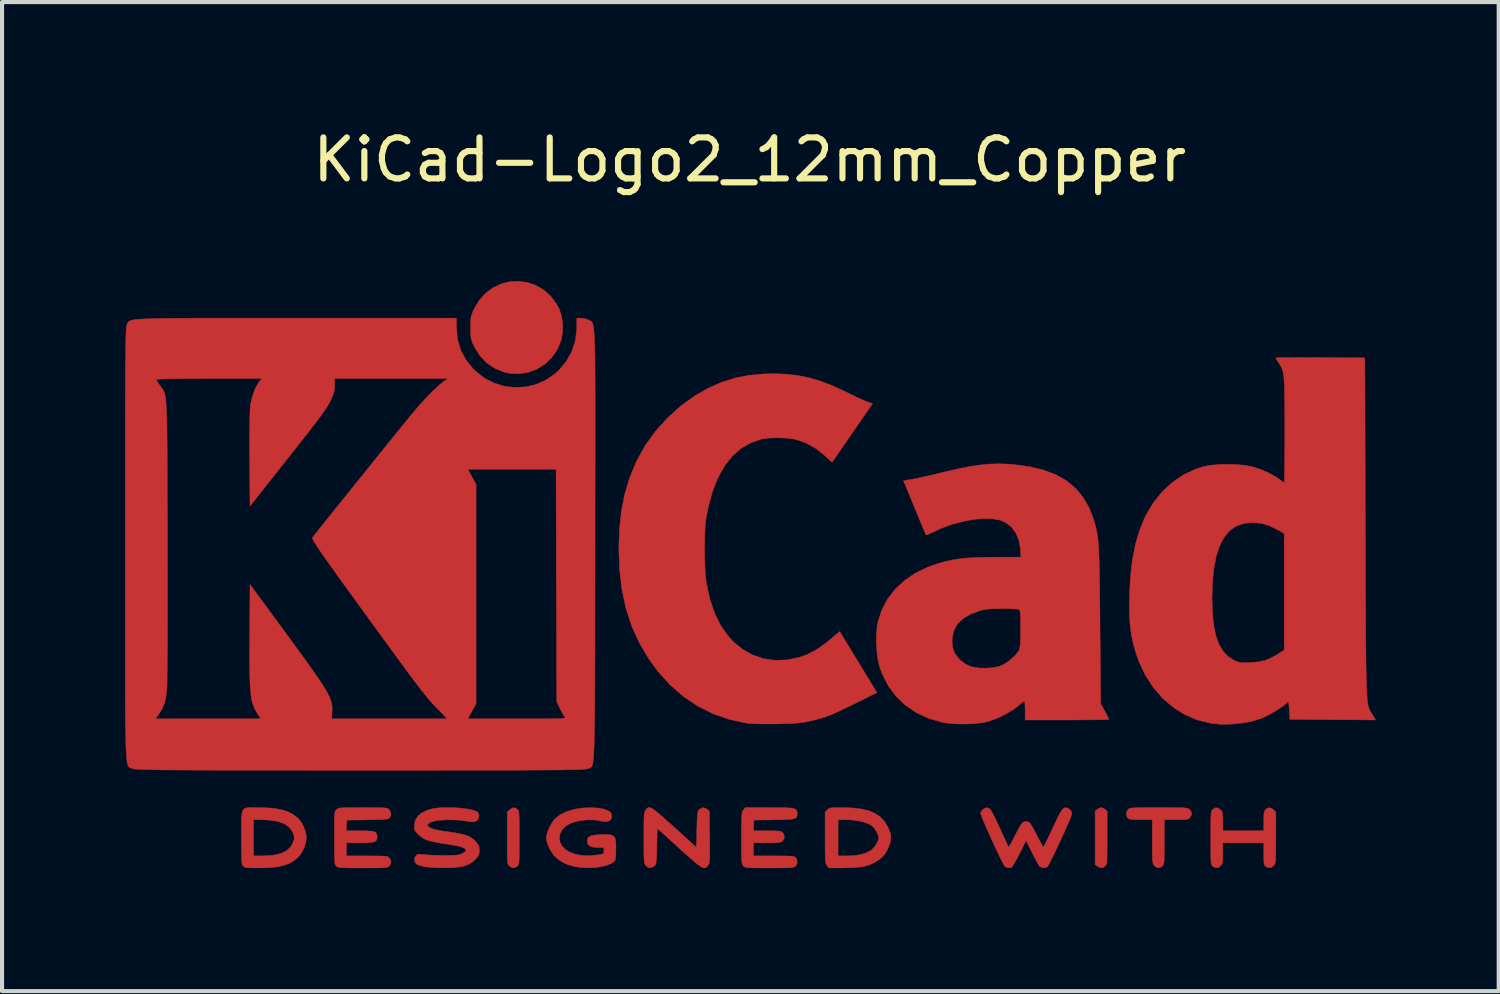
<source format=kicad_pcb>
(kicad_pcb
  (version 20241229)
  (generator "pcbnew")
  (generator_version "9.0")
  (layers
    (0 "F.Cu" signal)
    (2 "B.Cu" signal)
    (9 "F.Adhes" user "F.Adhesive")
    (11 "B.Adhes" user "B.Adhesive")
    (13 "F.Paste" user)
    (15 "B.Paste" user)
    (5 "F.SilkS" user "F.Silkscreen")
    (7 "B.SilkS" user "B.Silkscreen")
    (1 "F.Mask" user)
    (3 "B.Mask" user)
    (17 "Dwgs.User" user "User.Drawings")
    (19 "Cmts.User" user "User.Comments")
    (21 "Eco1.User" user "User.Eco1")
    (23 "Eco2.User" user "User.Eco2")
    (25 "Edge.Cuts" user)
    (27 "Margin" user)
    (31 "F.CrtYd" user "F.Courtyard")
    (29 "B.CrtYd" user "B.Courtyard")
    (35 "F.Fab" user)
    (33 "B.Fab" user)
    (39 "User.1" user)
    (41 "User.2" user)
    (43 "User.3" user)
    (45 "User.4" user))
  (footprint "KiCad-Logo2_12mm_Copper"
    (layer "F.Cu")
    (at 15.245 9.738)
    (property "Reference" "KiCad-Logo2_12mm_Copper" (at 0 -8.89 0) (layer "F.SilkS") (effects (font (size 1 1) (thickness 0.15))))
    (attr exclude_from_pos_files exclude_from_bom)
    (fp_poly (pts (xy 8.62 6.931) (xy 8.667 6.96) (xy 8.721 7.004) (xy 8.721 7.65) (xy 8.721 7.839) (xy 8.72 7.988) (xy 8.718 8.102) (xy 8.715 8.186) (xy 8.711 8.246) (xy 8.705 8.288) (xy 8.696 8.315) (xy 8.685 8.334) (xy 8.678 8.343) (xy 8.614 8.385) (xy 8.543 8.383) (xy 8.48 8.348) (xy 8.426 8.305) (xy 8.426 7.004) (xy 8.48 6.96) (xy 8.531 6.929) (xy 8.573 6.917) (xy 8.62 6.931)) (stroke (width 0.01) (type solid)) (fill yes) (layer "F.Cu"))
    (fp_poly (pts (xy -5.669 6.962) (xy -5.656 6.978) (xy -5.645 6.997) (xy -5.637 7.027) (xy -5.632 7.071) (xy -5.628 7.135) (xy -5.625 7.225) (xy -5.624 7.346) (xy -5.623 7.502) (xy -5.623 7.654) (xy -5.624 7.843) (xy -5.624 7.991) (xy -5.626 8.105) (xy -5.628 8.189) (xy -5.633 8.248) (xy -5.639 8.289) (xy -5.647 8.316) (xy -5.658 8.334) (xy -5.669 8.346) (xy -5.735 8.385) (xy -5.806 8.382) (xy -5.869 8.339) (xy -5.883 8.322) (xy -5.895 8.302) (xy -5.903 8.275) (xy -5.91 8.234) (xy -5.914 8.174) (xy -5.916 8.089) (xy -5.918 7.975) (xy -5.918 7.826) (xy -5.918 7.657) (xy -5.918 7.028) (xy -5.863 6.973) (xy -5.794 6.926) (xy -5.727 6.924) (xy -5.669 6.962)) (stroke (width 0.01) (type solid)) (fill yes) (layer "F.Cu"))
    (fp_poly (pts (xy -5.423 -5.895) (xy -5.218 -5.824) (xy -5.027 -5.712) (xy -4.856 -5.559) (xy -4.712 -5.366) (xy -4.648 -5.244) (xy -4.592 -5.073) (xy -4.565 -4.876) (xy -4.568 -4.674) (xy -4.601 -4.49) (xy -4.692 -4.266) (xy -4.824 -4.072) (xy -4.991 -3.911) (xy -5.185 -3.787) (xy -5.399 -3.705) (xy -5.628 -3.667) (xy -5.865 -3.679) (xy -5.981 -3.704) (xy -6.208 -3.792) (xy -6.41 -3.927) (xy -6.582 -4.104) (xy -6.718 -4.319) (xy -6.729 -4.343) (xy -6.769 -4.431) (xy -6.794 -4.505) (xy -6.808 -4.583) (xy -6.813 -4.684) (xy -6.814 -4.793) (xy -6.813 -4.925) (xy -6.806 -5.019) (xy -6.79 -5.096) (xy -6.762 -5.173) (xy -6.728 -5.249) (xy -6.599 -5.464) (xy -6.441 -5.638) (xy -6.259 -5.771) (xy -6.06 -5.863) (xy -5.85 -5.915) (xy -5.636 -5.925) (xy -5.423 -5.895)) (stroke (width 0.01) (type solid)) (fill yes) (layer "F.Cu"))
    (fp_poly (pts (xy 10.175 6.917) (xy 10.334 6.918) (xy 10.456 6.92) (xy 10.549 6.922) (xy 10.616 6.926) (xy 10.662 6.932) (xy 10.693 6.94) (xy 10.713 6.949) (xy 10.723 6.957) (xy 10.775 7.022) (xy 10.781 7.09) (xy 10.749 7.152) (xy 10.728 7.176) (xy 10.706 7.193) (xy 10.674 7.204) (xy 10.623 7.209) (xy 10.545 7.211) (xy 10.431 7.212) (xy 10.409 7.212) (xy 10.116 7.212) (xy 10.116 7.756) (xy 10.115 7.928) (xy 10.114 8.06) (xy 10.112 8.158) (xy 10.109 8.228) (xy 10.103 8.277) (xy 10.095 8.308) (xy 10.084 8.33) (xy 10.07 8.346) (xy 10.004 8.386) (xy 9.935 8.383) (xy 9.872 8.337) (xy 9.868 8.331) (xy 9.853 8.31) (xy 9.841 8.285) (xy 9.833 8.251) (xy 9.827 8.2) (xy 9.824 8.128) (xy 9.822 8.028) (xy 9.821 7.894) (xy 9.821 7.742) (xy 9.821 7.212) (xy 9.541 7.212) (xy 9.421 7.211) (xy 9.337 7.208) (xy 9.283 7.201) (xy 9.249 7.19) (xy 9.226 7.173) (xy 9.223 7.17) (xy 9.19 7.104) (xy 9.193 7.028) (xy 9.231 6.962) (xy 9.246 6.95) (xy 9.265 6.94) (xy 9.293 6.932) (xy 9.335 6.926) (xy 9.397 6.922) (xy 9.483 6.919) (xy 9.598 6.918) (xy 9.748 6.917) (xy 9.937 6.917) (xy 9.977 6.917) (xy 10.175 6.917)) (stroke (width 0.01) (type solid)) (fill yes) (layer "F.Cu"))
    (fp_poly (pts (xy 12.718 6.928) (xy 12.781 6.973) (xy 12.837 7.028) (xy 12.837 7.65) (xy 12.837 7.835) (xy 12.836 7.979) (xy 12.835 8.09) (xy 12.832 8.171) (xy 12.827 8.229) (xy 12.82 8.27) (xy 12.811 8.298) (xy 12.799 8.319) (xy 12.79 8.331) (xy 12.728 8.381) (xy 12.657 8.386) (xy 12.593 8.356) (xy 12.571 8.338) (xy 12.557 8.314) (xy 12.548 8.276) (xy 12.544 8.215) (xy 12.542 8.122) (xy 12.542 8.05) (xy 12.542 7.779) (xy 11.544 7.779) (xy 11.544 8.025) (xy 11.543 8.138) (xy 11.539 8.215) (xy 11.53 8.268) (xy 11.515 8.305) (xy 11.497 8.331) (xy 11.435 8.381) (xy 11.365 8.387) (xy 11.298 8.352) (xy 11.279 8.333) (xy 11.266 8.309) (xy 11.258 8.271) (xy 11.253 8.212) (xy 11.25 8.124) (xy 11.249 8) (xy 11.249 7.972) (xy 11.248 7.738) (xy 11.247 7.545) (xy 11.248 7.389) (xy 11.249 7.266) (xy 11.251 7.171) (xy 11.254 7.101) (xy 11.259 7.05) (xy 11.265 7.015) (xy 11.273 6.991) (xy 11.284 6.975) (xy 11.295 6.962) (xy 11.359 6.923) (xy 11.426 6.928) (xy 11.489 6.973) (xy 11.514 7.002) (xy 11.53 7.033) (xy 11.539 7.079) (xy 11.543 7.148) (xy 11.544 7.252) (xy 11.544 7.256) (xy 11.544 7.484) (xy 12.542 7.484) (xy 12.542 7.246) (xy 12.543 7.136) (xy 12.547 7.062) (xy 12.556 7.014) (xy 12.571 6.982) (xy 12.588 6.962) (xy 12.652 6.923) (xy 12.718 6.928)) (stroke (width 0.01) (type solid)) (fill yes) (layer "F.Cu"))
    (fp_poly (pts (xy 2.251 6.918) (xy 2.51 6.926) (xy 2.73 6.953) (xy 2.916 6.999) (xy 3.069 7.066) (xy 3.195 7.155) (xy 3.297 7.269) (xy 3.378 7.408) (xy 3.38 7.412) (xy 3.429 7.537) (xy 3.446 7.647) (xy 3.432 7.758) (xy 3.386 7.885) (xy 3.378 7.905) (xy 3.319 8.018) (xy 3.253 8.105) (xy 3.168 8.179) (xy 3.052 8.253) (xy 3.045 8.257) (xy 2.944 8.306) (xy 2.83 8.342) (xy 2.695 8.367) (xy 2.532 8.383) (xy 2.335 8.389) (xy 2.265 8.39) (xy 1.932 8.391) (xy 1.885 8.331) (xy 1.871 8.312) (xy 1.86 8.289) (xy 1.852 8.257) (xy 1.846 8.211) (xy 1.842 8.145) (xy 1.841 8.096) (xy 2.155 8.096) (xy 2.344 8.096) (xy 2.454 8.093) (xy 2.568 8.085) (xy 2.661 8.073) (xy 2.666 8.072) (xy 2.831 8.027) (xy 2.959 7.961) (xy 3.055 7.869) (xy 3.121 7.749) (xy 3.132 7.717) (xy 3.144 7.667) (xy 3.139 7.618) (xy 3.115 7.553) (xy 3.101 7.521) (xy 3.054 7.435) (xy 2.997 7.375) (xy 2.935 7.334) (xy 2.811 7.28) (xy 2.651 7.24) (xy 2.466 7.218) (xy 2.331 7.213) (xy 2.155 7.212) (xy 2.155 8.096) (xy 1.841 8.096) (xy 1.84 8.054) (xy 1.838 7.932) (xy 1.838 7.774) (xy 1.838 7.65) (xy 1.838 7.028) (xy 1.894 6.973) (xy 1.918 6.95) (xy 1.945 6.935) (xy 1.982 6.925) (xy 2.039 6.92) (xy 2.123 6.918) (xy 2.244 6.918) (xy 2.251 6.918)) (stroke (width 0.01) (type solid)) (fill yes) (layer "F.Cu"))
    (fp_poly (pts (xy -12.092 6.917) (xy -12.013 6.918) (xy -11.781 6.924) (xy -11.586 6.94) (xy -11.422 6.97) (xy -11.283 7.014) (xy -11.162 7.074) (xy -11.052 7.153) (xy -11.013 7.187) (xy -10.948 7.267) (xy -10.889 7.376) (xy -10.844 7.496) (xy -10.819 7.612) (xy -10.817 7.654) (xy -10.833 7.772) (xy -10.876 7.901) (xy -10.939 8.024) (xy -11.013 8.121) (xy -11.025 8.133) (xy -11.126 8.215) (xy -11.238 8.28) (xy -11.366 8.328) (xy -11.516 8.361) (xy -11.695 8.382) (xy -11.91 8.39) (xy -12.008 8.391) (xy -12.133 8.391) (xy -12.221 8.388) (xy -12.28 8.383) (xy -12.319 8.373) (xy -12.345 8.358) (xy -12.359 8.346) (xy -12.372 8.331) (xy -12.383 8.311) (xy -12.39 8.282) (xy -12.396 8.238) (xy -12.4 8.173) (xy -12.402 8.083) (xy -12.404 7.963) (xy -12.404 7.806) (xy -12.404 7.654) (xy -12.405 7.451) (xy -12.405 7.289) (xy -12.403 7.212) (xy -12.109 7.212) (xy -12.109 8.096) (xy -11.922 8.096) (xy -11.81 8.093) (xy -11.692 8.085) (xy -11.593 8.073) (xy -11.59 8.073) (xy -11.431 8.034) (xy -11.308 7.974) (xy -11.214 7.889) (xy -11.155 7.797) (xy -11.118 7.694) (xy -11.121 7.598) (xy -11.163 7.495) (xy -11.247 7.389) (xy -11.362 7.31) (xy -11.513 7.257) (xy -11.613 7.238) (xy -11.727 7.225) (xy -11.848 7.216) (xy -11.95 7.212) (xy -11.956 7.212) (xy -12.109 7.212) (xy -12.403 7.212) (xy -12.402 7.164) (xy -12.393 7.07) (xy -12.377 7.003) (xy -12.35 6.959) (xy -12.311 6.933) (xy -12.256 6.92) (xy -12.184 6.916) (xy -12.092 6.917)) (stroke (width 0.01) (type solid)) (fill yes) (layer "F.Cu"))
    (fp_poly (pts (xy -2.407 6.926) (xy -2.359 6.954) (xy -2.298 6.999) (xy -2.218 7.064) (xy -2.117 7.151) (xy -1.992 7.263) (xy -1.84 7.4) (xy -1.666 7.558) (xy -1.303 7.887) (xy -1.292 7.445) (xy -1.288 7.293) (xy -1.284 7.18) (xy -1.279 7.099) (xy -1.273 7.044) (xy -1.264 7.008) (xy -1.252 6.985) (xy -1.236 6.968) (xy -1.227 6.96) (xy -1.158 6.922) (xy -1.092 6.928) (xy -1.039 6.96) (xy -0.986 7.004) (xy -0.979 7.636) (xy -0.977 7.823) (xy -0.976 7.969) (xy -0.976 8.08) (xy -0.978 8.163) (xy -0.982 8.222) (xy -0.988 8.263) (xy -0.996 8.292) (xy -1.008 8.313) (xy -1.02 8.33) (xy -1.047 8.362) (xy -1.074 8.383) (xy -1.105 8.391) (xy -1.143 8.384) (xy -1.192 8.359) (xy -1.256 8.315) (xy -1.339 8.249) (xy -1.443 8.158) (xy -1.574 8.042) (xy -1.723 7.908) (xy -2.256 7.424) (xy -2.267 7.864) (xy -2.271 8.016) (xy -2.275 8.129) (xy -2.28 8.21) (xy -2.286 8.265) (xy -2.295 8.301) (xy -2.307 8.324) (xy -2.323 8.341) (xy -2.332 8.348) (xy -2.406 8.386) (xy -2.476 8.38) (xy -2.537 8.331) (xy -2.551 8.312) (xy -2.562 8.289) (xy -2.571 8.257) (xy -2.576 8.211) (xy -2.58 8.145) (xy -2.583 8.053) (xy -2.584 7.931) (xy -2.584 7.772) (xy -2.584 7.654) (xy -2.584 7.47) (xy -2.584 7.326) (xy -2.582 7.216) (xy -2.579 7.135) (xy -2.574 7.078) (xy -2.568 7.038) (xy -2.558 7.01) (xy -2.546 6.989) (xy -2.537 6.977) (xy -2.515 6.949) (xy -2.494 6.927) (xy -2.471 6.915) (xy -2.443 6.914) (xy -2.407 6.926)) (stroke (width 0.01) (type solid)) (fill yes) (layer "F.Cu"))
    (fp_poly (pts (xy -3.713 6.928) (xy -3.575 6.951) (xy -3.469 6.987) (xy -3.4 7.035) (xy -3.382 7.061) (xy -3.363 7.124) (xy -3.375 7.181) (xy -3.416 7.235) (xy -3.479 7.26) (xy -3.57 7.258) (xy -3.641 7.244) (xy -3.798 7.218) (xy -3.958 7.216) (xy -4.137 7.237) (xy -4.187 7.246) (xy -4.354 7.293) (xy -4.484 7.363) (xy -4.577 7.455) (xy -4.631 7.567) (xy -4.642 7.625) (xy -4.635 7.743) (xy -4.588 7.847) (xy -4.506 7.935) (xy -4.392 8.006) (xy -4.252 8.058) (xy -4.09 8.087) (xy -3.909 8.093) (xy -3.714 8.073) (xy -3.703 8.071) (xy -3.626 8.057) (xy -3.583 8.043) (xy -3.564 8.022) (xy -3.56 7.988) (xy -3.56 7.969) (xy -3.56 7.892) (xy -3.697 7.892) (xy -3.819 7.884) (xy -3.902 7.857) (xy -3.95 7.81) (xy -3.967 7.741) (xy -3.967 7.731) (xy -3.957 7.672) (xy -3.922 7.629) (xy -3.857 7.601) (xy -3.756 7.584) (xy -3.658 7.578) (xy -3.516 7.575) (xy -3.413 7.58) (xy -3.343 7.6) (xy -3.299 7.639) (xy -3.276 7.703) (xy -3.267 7.799) (xy -3.265 7.924) (xy -3.268 8.063) (xy -3.276 8.158) (xy -3.29 8.209) (xy -3.293 8.213) (xy -3.371 8.276) (xy -3.486 8.326) (xy -3.63 8.362) (xy -3.795 8.383) (xy -3.976 8.387) (xy -4.164 8.374) (xy -4.274 8.357) (xy -4.447 8.308) (xy -4.608 8.228) (xy -4.743 8.124) (xy -4.763 8.103) (xy -4.83 8.016) (xy -4.89 7.908) (xy -4.937 7.794) (xy -4.963 7.691) (xy -4.966 7.651) (xy -4.952 7.569) (xy -4.917 7.466) (xy -4.866 7.358) (xy -4.807 7.259) (xy -4.754 7.193) (xy -4.632 7.095) (xy -4.474 7.017) (xy -4.285 6.96) (xy -4.072 6.927) (xy -3.877 6.919) (xy -3.713 6.928)) (stroke (width 0.01) (type solid)) (fill yes) (layer "F.Cu"))
    (fp_poly (pts (xy 0.668 6.918) (xy 0.821 6.919) (xy 0.939 6.924) (xy 1.025 6.931) (xy 1.085 6.944) (xy 1.124 6.961) (xy 1.146 6.986) (xy 1.155 7.017) (xy 1.158 7.058) (xy 1.158 7.062) (xy 1.156 7.108) (xy 1.146 7.143) (xy 1.124 7.169) (xy 1.084 7.188) (xy 1.02 7.201) (xy 0.929 7.209) (xy 0.804 7.214) (xy 0.64 7.216) (xy 0.589 7.217) (xy 0.103 7.223) (xy 0.096 7.354) (xy 0.089 7.484) (xy 0.427 7.484) (xy 0.559 7.485) (xy 0.653 7.487) (xy 0.717 7.491) (xy 0.759 7.499) (xy 0.786 7.511) (xy 0.805 7.529) (xy 0.805 7.529) (xy 0.841 7.596) (xy 0.839 7.669) (xy 0.802 7.731) (xy 0.795 7.738) (xy 0.769 7.754) (xy 0.733 7.766) (xy 0.68 7.773) (xy 0.602 7.777) (xy 0.49 7.779) (xy 0.418 7.779) (xy 0.092 7.779) (xy 0.092 8.096) (xy 0.587 8.096) (xy 0.751 8.097) (xy 0.875 8.098) (xy 0.966 8.1) (xy 1.029 8.105) (xy 1.071 8.111) (xy 1.098 8.121) (xy 1.116 8.133) (xy 1.12 8.138) (xy 1.152 8.201) (xy 1.155 8.273) (xy 1.128 8.336) (xy 1.107 8.356) (xy 1.085 8.367) (xy 1.051 8.376) (xy 1 8.382) (xy 0.926 8.386) (xy 0.823 8.389) (xy 0.687 8.391) (xy 0.513 8.391) (xy 0.473 8.391) (xy 0.295 8.391) (xy 0.157 8.39) (xy 0.053 8.389) (xy -0.022 8.386) (xy -0.074 8.381) (xy -0.109 8.374) (xy -0.131 8.364) (xy -0.148 8.351) (xy -0.157 8.342) (xy -0.171 8.325) (xy -0.181 8.304) (xy -0.189 8.275) (xy -0.195 8.23) (xy -0.199 8.165) (xy -0.201 8.075) (xy -0.203 7.954) (xy -0.203 7.797) (xy -0.203 7.664) (xy -0.203 7.479) (xy -0.202 7.333) (xy -0.201 7.222) (xy -0.198 7.14) (xy -0.193 7.081) (xy -0.187 7.04) (xy -0.178 7.012) (xy -0.166 6.99) (xy -0.156 6.977) (xy -0.109 6.917) (xy 0.474 6.917) (xy 0.668 6.918)) (stroke (width 0.01) (type solid)) (fill yes) (layer "F.Cu"))
    (fp_poly (pts (xy -9.263 6.917) (xy -9.123 6.918) (xy -9.018 6.92) (xy -8.941 6.923) (xy -8.888 6.928) (xy -8.852 6.935) (xy -8.827 6.945) (xy -8.809 6.957) (xy -8.803 6.963) (xy -8.763 7.026) (xy -8.756 7.097) (xy -8.782 7.161) (xy -8.794 7.174) (xy -8.814 7.186) (xy -8.845 7.196) (xy -8.894 7.203) (xy -8.967 7.209) (xy -9.069 7.212) (xy -9.207 7.215) (xy -9.333 7.217) (xy -9.83 7.223) (xy -9.837 7.354) (xy -9.844 7.484) (xy -9.506 7.484) (xy -9.359 7.485) (xy -9.252 7.491) (xy -9.178 7.502) (xy -9.131 7.522) (xy -9.105 7.553) (xy -9.095 7.597) (xy -9.093 7.638) (xy -9.098 7.688) (xy -9.117 7.724) (xy -9.155 7.75) (xy -9.219 7.766) (xy -9.314 7.775) (xy -9.446 7.779) (xy -9.518 7.779) (xy -9.842 7.779) (xy -9.842 8.096) (xy -9.343 8.096) (xy -9.179 8.097) (xy -9.055 8.098) (xy -8.964 8.1) (xy -8.9 8.104) (xy -8.856 8.111) (xy -8.828 8.12) (xy -8.808 8.133) (xy -8.798 8.142) (xy -8.764 8.196) (xy -8.753 8.244) (xy -8.769 8.302) (xy -8.798 8.346) (xy -8.814 8.36) (xy -8.835 8.37) (xy -8.865 8.378) (xy -8.911 8.384) (xy -8.978 8.387) (xy -9.072 8.39) (xy -9.197 8.391) (xy -9.36 8.391) (xy -9.445 8.391) (xy -9.626 8.391) (xy -9.767 8.39) (xy -9.874 8.389) (xy -9.952 8.386) (xy -10.007 8.381) (xy -10.043 8.374) (xy -10.067 8.365) (xy -10.084 8.352) (xy -10.091 8.346) (xy -10.104 8.331) (xy -10.115 8.311) (xy -10.123 8.282) (xy -10.128 8.237) (xy -10.132 8.173) (xy -10.135 8.082) (xy -10.136 7.961) (xy -10.136 7.804) (xy -10.136 7.658) (xy -10.136 7.471) (xy -10.136 7.324) (xy -10.135 7.211) (xy -10.132 7.128) (xy -10.128 7.069) (xy -10.122 7.029) (xy -10.113 7.003) (xy -10.102 6.985) (xy -10.088 6.97) (xy -10.084 6.966) (xy -10.067 6.951) (xy -10.046 6.94) (xy -10.018 6.931) (xy -9.975 6.925) (xy -9.913 6.921) (xy -9.825 6.919) (xy -9.707 6.918) (xy -9.552 6.917) (xy -9.442 6.917) (xy -9.263 6.917)) (stroke (width 0.01) (type solid)) (fill yes) (layer "F.Cu"))
    (fp_poly (pts (xy 7.728 6.921) (xy 7.767 6.935) (xy 7.769 6.936) (xy 7.822 6.977) (xy 7.852 7.019) (xy 7.857 7.038) (xy 7.857 7.064) (xy 7.849 7.102) (xy 7.831 7.155) (xy 7.802 7.228) (xy 7.76 7.326) (xy 7.703 7.454) (xy 7.629 7.616) (xy 7.588 7.705) (xy 7.515 7.863) (xy 7.446 8.009) (xy 7.384 8.136) (xy 7.332 8.24) (xy 7.292 8.316) (xy 7.268 8.357) (xy 7.263 8.363) (xy 7.2 8.388) (xy 7.13 8.385) (xy 7.074 8.354) (xy 7.071 8.352) (xy 7.049 8.318) (xy 7.011 8.251) (xy 6.963 8.161) (xy 6.909 8.056) (xy 6.889 8.017) (xy 6.742 7.723) (xy 6.582 8.043) (xy 6.525 8.153) (xy 6.472 8.249) (xy 6.427 8.323) (xy 6.395 8.368) (xy 6.384 8.377) (xy 6.301 8.39) (xy 6.232 8.363) (xy 6.211 8.334) (xy 6.176 8.27) (xy 6.129 8.178) (xy 6.073 8.063) (xy 6.01 7.931) (xy 5.944 7.79) (xy 5.878 7.645) (xy 5.814 7.502) (xy 5.755 7.369) (xy 5.704 7.25) (xy 5.665 7.153) (xy 5.639 7.084) (xy 5.63 7.048) (xy 5.63 7.047) (xy 5.652 7.002) (xy 5.696 6.957) (xy 5.699 6.955) (xy 5.753 6.924) (xy 5.804 6.924) (xy 5.823 6.93) (xy 5.846 6.943) (xy 5.87 6.967) (xy 5.899 7.009) (xy 5.935 7.074) (xy 5.982 7.165) (xy 6.041 7.29) (xy 6.095 7.405) (xy 6.156 7.538) (xy 6.212 7.658) (xy 6.258 7.758) (xy 6.292 7.832) (xy 6.311 7.874) (xy 6.313 7.881) (xy 6.326 7.87) (xy 6.354 7.825) (xy 6.395 7.753) (xy 6.444 7.659) (xy 6.463 7.62) (xy 6.53 7.49) (xy 6.581 7.394) (xy 6.621 7.329) (xy 6.654 7.289) (xy 6.685 7.267) (xy 6.717 7.258) (xy 6.738 7.257) (xy 6.776 7.261) (xy 6.808 7.274) (xy 6.841 7.304) (xy 6.877 7.355) (xy 6.922 7.433) (xy 6.981 7.545) (xy 7.013 7.608) (xy 7.065 7.709) (xy 7.11 7.792) (xy 7.145 7.852) (xy 7.165 7.88) (xy 7.168 7.881) (xy 7.181 7.859) (xy 7.21 7.801) (xy 7.252 7.715) (xy 7.304 7.605) (xy 7.364 7.478) (xy 7.393 7.415) (xy 7.47 7.253) (xy 7.531 7.127) (xy 7.581 7.036) (xy 7.623 6.973) (xy 7.659 6.936) (xy 7.693 6.92) (xy 7.728 6.921)) (stroke (width 0.01) (type solid)) (fill yes) (layer "F.Cu"))
    (fp_poly (pts (xy -7.211 6.92) (xy -7.061 6.93) (xy -6.921 6.947) (xy -6.8 6.968) (xy -6.706 6.995) (xy -6.646 7.025) (xy -6.637 7.034) (xy -6.605 7.104) (xy -6.615 7.175) (xy -6.664 7.236) (xy -6.667 7.238) (xy -6.696 7.256) (xy -6.726 7.266) (xy -6.768 7.267) (xy -6.833 7.26) (xy -6.931 7.245) (xy -6.939 7.243) (xy -7.085 7.225) (xy -7.243 7.217) (xy -7.401 7.217) (xy -7.548 7.225) (xy -7.674 7.241) (xy -7.767 7.266) (xy -7.773 7.268) (xy -7.841 7.306) (xy -7.865 7.344) (xy -7.846 7.382) (xy -7.787 7.418) (xy -7.688 7.451) (xy -7.551 7.48) (xy -7.46 7.494) (xy -7.271 7.521) (xy -7.121 7.546) (xy -7.002 7.571) (xy -6.91 7.597) (xy -6.837 7.628) (xy -6.778 7.665) (xy -6.725 7.71) (xy -6.682 7.755) (xy -6.631 7.817) (xy -6.607 7.87) (xy -6.599 7.936) (xy -6.599 7.96) (xy -6.604 8.039) (xy -6.628 8.099) (xy -6.668 8.151) (xy -6.75 8.232) (xy -6.842 8.293) (xy -6.95 8.338) (xy -7.081 8.367) (xy -7.242 8.383) (xy -7.439 8.388) (xy -7.472 8.388) (xy -7.603 8.385) (xy -7.734 8.379) (xy -7.849 8.37) (xy -7.935 8.36) (xy -7.942 8.358) (xy -8.027 8.338) (xy -8.099 8.313) (xy -8.14 8.289) (xy -8.178 8.228) (xy -8.181 8.156) (xy -8.148 8.092) (xy -8.141 8.085) (xy -8.111 8.064) (xy -8.073 8.055) (xy -8.014 8.056) (xy -7.942 8.064) (xy -7.863 8.072) (xy -7.751 8.078) (xy -7.621 8.082) (xy -7.485 8.084) (xy -7.449 8.085) (xy -7.313 8.084) (xy -7.213 8.081) (xy -7.141 8.076) (xy -7.088 8.066) (xy -7.045 8.052) (xy -7.019 8.04) (xy -6.963 8.006) (xy -6.927 7.976) (xy -6.922 7.967) (xy -6.933 7.932) (xy -6.985 7.898) (xy -7.076 7.866) (xy -7.202 7.839) (xy -7.238 7.833) (xy -7.431 7.802) (xy -7.585 7.777) (xy -7.706 7.755) (xy -7.799 7.734) (xy -7.872 7.713) (xy -7.93 7.689) (xy -7.978 7.661) (xy -8.023 7.627) (xy -8.071 7.585) (xy -8.087 7.57) (xy -8.143 7.515) (xy -8.173 7.472) (xy -8.184 7.422) (xy -8.186 7.359) (xy -8.165 7.236) (xy -8.103 7.131) (xy -8.001 7.045) (xy -7.857 6.979) (xy -7.755 6.949) (xy -7.644 6.93) (xy -7.511 6.919) (xy -7.364 6.916) (xy -7.211 6.92)) (stroke (width 0.01) (type solid)) (fill yes) (layer "F.Cu"))
    (fp_poly (pts (xy 0.875 -3.659) (xy 1.17 -3.627) (xy 1.455 -3.569) (xy 1.743 -3.483) (xy 2.045 -3.365) (xy 2.372 -3.213) (xy 2.431 -3.184) (xy 2.566 -3.117) (xy 2.694 -3.057) (xy 2.801 -3.009) (xy 2.876 -2.98) (xy 2.887 -2.976) (xy 2.997 -2.943) (xy 2.506 -2.23) (xy 2.386 -2.055) (xy 2.277 -1.896) (xy 2.181 -1.757) (xy 2.103 -1.644) (xy 2.047 -1.562) (xy 2.015 -1.517) (xy 2.01 -1.51) (xy 1.99 -1.525) (xy 1.939 -1.57) (xy 1.867 -1.636) (xy 1.827 -1.674) (xy 1.603 -1.852) (xy 1.351 -1.988) (xy 1.133 -2.062) (xy 1.003 -2.086) (xy 0.84 -2.1) (xy 0.663 -2.105) (xy 0.491 -2.1) (xy 0.345 -2.085) (xy 0.286 -2.074) (xy 0.022 -1.983) (xy -0.216 -1.845) (xy -0.427 -1.659) (xy -0.612 -1.425) (xy -0.771 -1.144) (xy -0.902 -0.817) (xy -1.007 -0.443) (xy -1.069 -0.123) (xy -1.085 0.018) (xy -1.096 0.201) (xy -1.102 0.412) (xy -1.103 0.637) (xy -1.1 0.865) (xy -1.091 1.081) (xy -1.078 1.273) (xy -1.06 1.428) (xy -1.056 1.452) (xy -0.972 1.836) (xy -0.857 2.176) (xy -0.71 2.473) (xy -0.531 2.729) (xy -0.404 2.868) (xy -0.176 3.056) (xy 0.073 3.195) (xy 0.341 3.285) (xy 0.623 3.325) (xy 0.913 3.314) (xy 1.209 3.251) (xy 1.384 3.19) (xy 1.626 3.066) (xy 1.876 2.89) (xy 2.016 2.77) (xy 2.094 2.701) (xy 2.156 2.651) (xy 2.191 2.626) (xy 2.195 2.625) (xy 2.211 2.65) (xy 2.252 2.716) (xy 2.314 2.818) (xy 2.394 2.949) (xy 2.488 3.104) (xy 2.594 3.277) (xy 2.653 3.374) (xy 3.103 4.112) (xy 2.541 4.39) (xy 2.338 4.489) (xy 2.174 4.568) (xy 2.038 4.629) (xy 1.921 4.677) (xy 1.812 4.716) (xy 1.701 4.749) (xy 1.579 4.781) (xy 1.461 4.809) (xy 1.357 4.831) (xy 1.248 4.847) (xy 1.123 4.859) (xy 0.972 4.867) (xy 0.783 4.873) (xy 0.655 4.876) (xy 0.474 4.877) (xy 0.3 4.877) (xy 0.144 4.873) (xy 0.02 4.868) (xy -0.063 4.861) (xy -0.068 4.86) (xy -0.497 4.767) (xy -0.9 4.626) (xy -1.276 4.438) (xy -1.626 4.201) (xy -1.95 3.917) (xy -2.247 3.586) (xy -2.462 3.291) (xy -2.691 2.905) (xy -2.876 2.498) (xy -3.018 2.066) (xy -3.118 1.605) (xy -3.176 1.113) (xy -3.195 0.614) (xy -3.18 0.131) (xy -3.132 -0.315) (xy -3.05 -0.731) (xy -2.932 -1.125) (xy -2.777 -1.503) (xy -2.759 -1.543) (xy -2.555 -1.91) (xy -2.305 -2.259) (xy -2.015 -2.583) (xy -1.693 -2.875) (xy -1.346 -3.127) (xy -1.022 -3.312) (xy -0.695 -3.457) (xy -0.368 -3.562) (xy -0.027 -3.63) (xy 0.34 -3.664) (xy 0.56 -3.669) (xy 0.875 -3.659)) (stroke (width 0.01) (type solid)) (fill yes) (layer "F.Cu"))
    (fp_poly (pts (xy 13.611 -4.064) (xy 13.843 -4.063) (xy 13.922 -4.063) (xy 15.008 -4.056) (xy 15.022 0.109) (xy 15.023 0.674) (xy 15.025 1.187) (xy 15.026 1.65) (xy 15.028 2.067) (xy 15.03 2.44) (xy 15.031 2.772) (xy 15.033 3.064) (xy 15.036 3.321) (xy 15.039 3.544) (xy 15.043 3.737) (xy 15.047 3.901) (xy 15.052 4.04) (xy 15.058 4.157) (xy 15.066 4.253) (xy 15.074 4.331) (xy 15.083 4.395) (xy 15.094 4.447) (xy 15.107 4.489) (xy 15.12 4.524) (xy 15.136 4.555) (xy 15.153 4.585) (xy 15.172 4.615) (xy 15.193 4.649) (xy 15.198 4.657) (xy 15.27 4.78) (xy 14.224 4.773) (xy 13.178 4.766) (xy 13.164 4.536) (xy 13.157 4.426) (xy 13.149 4.362) (xy 13.139 4.337) (xy 13.123 4.342) (xy 13.11 4.356) (xy 13.052 4.41) (xy 12.959 4.478) (xy 12.842 4.553) (xy 12.715 4.627) (xy 12.592 4.692) (xy 12.498 4.735) (xy 12.276 4.805) (xy 12.022 4.854) (xy 11.754 4.881) (xy 11.491 4.885) (xy 11.252 4.862) (xy 11.248 4.861) (xy 10.92 4.779) (xy 10.614 4.648) (xy 10.331 4.471) (xy 10.075 4.251) (xy 9.849 3.99) (xy 9.655 3.692) (xy 9.498 3.36) (xy 9.412 3.114) (xy 9.355 2.907) (xy 9.313 2.708) (xy 9.285 2.503) (xy 9.268 2.28) (xy 9.262 2.027) (xy 9.265 1.821) (xy 11.28 1.821) (xy 11.29 2.167) (xy 11.32 2.464) (xy 11.372 2.717) (xy 11.445 2.926) (xy 11.543 3.094) (xy 11.664 3.225) (xy 11.805 3.317) (xy 11.878 3.352) (xy 11.941 3.373) (xy 12.011 3.382) (xy 12.106 3.383) (xy 12.208 3.379) (xy 12.409 3.362) (xy 12.568 3.327) (xy 12.618 3.309) (xy 12.732 3.258) (xy 12.852 3.194) (xy 12.905 3.161) (xy 13.041 3.072) (xy 13.041 0.233) (xy 12.891 0.143) (xy 12.682 0.041) (xy 12.468 -0.019) (xy 12.257 -0.038) (xy 12.057 -0.016) (xy 11.877 0.046) (xy 11.723 0.149) (xy 11.673 0.198) (xy 11.553 0.359) (xy 11.456 0.554) (xy 11.381 0.787) (xy 11.328 1.06) (xy 11.294 1.377) (xy 11.281 1.742) (xy 11.28 1.821) (xy 9.265 1.821) (xy 9.266 1.735) (xy 9.289 1.285) (xy 9.335 0.88) (xy 9.406 0.512) (xy 9.503 0.177) (xy 9.626 -0.132) (xy 9.67 -0.223) (xy 9.848 -0.522) (xy 10.062 -0.787) (xy 10.308 -1.015) (xy 10.581 -1.201) (xy 10.877 -1.341) (xy 11.053 -1.398) (xy 11.227 -1.433) (xy 11.436 -1.453) (xy 11.663 -1.459) (xy 11.89 -1.452) (xy 12.1 -1.431) (xy 12.268 -1.398) (xy 12.469 -1.333) (xy 12.663 -1.249) (xy 12.833 -1.155) (xy 12.924 -1.091) (xy 12.986 -1.044) (xy 13.03 -1.015) (xy 13.04 -1.011) (xy 13.043 -1.037) (xy 13.046 -1.113) (xy 13.048 -1.232) (xy 13.051 -1.391) (xy 13.052 -1.582) (xy 13.054 -1.801) (xy 13.055 -2.043) (xy 13.055 -2.29) (xy 13.055 -2.606) (xy 13.054 -2.872) (xy 13.052 -3.093) (xy 13.049 -3.276) (xy 13.043 -3.424) (xy 13.036 -3.543) (xy 13.025 -3.638) (xy 13.011 -3.713) (xy 12.993 -3.775) (xy 12.97 -3.828) (xy 12.943 -3.878) (xy 12.911 -3.929) (xy 12.907 -3.935) (xy 12.865 -4.001) (xy 12.84 -4.046) (xy 12.837 -4.056) (xy 12.863 -4.059) (xy 12.938 -4.061) (xy 13.056 -4.063) (xy 13.212 -4.064) (xy 13.399 -4.065) (xy 13.611 -4.064)) (stroke (width 0.01) (type solid)) (fill yes) (layer "F.Cu"))
    (fp_poly (pts (xy 6.301 -1.464) (xy 6.436 -1.453) (xy 6.823 -1.402) (xy 7.166 -1.32) (xy 7.467 -1.206) (xy 7.726 -1.059) (xy 7.946 -0.878) (xy 8.128 -0.662) (xy 8.275 -0.41) (xy 8.382 -0.137) (xy 8.409 -0.049) (xy 8.433 0.032) (xy 8.453 0.113) (xy 8.47 0.196) (xy 8.485 0.288) (xy 8.498 0.391) (xy 8.508 0.511) (xy 8.516 0.651) (xy 8.523 0.817) (xy 8.529 1.012) (xy 8.533 1.242) (xy 8.537 1.509) (xy 8.541 1.82) (xy 8.544 2.178) (xy 8.546 2.458) (xy 8.562 4.384) (xy 8.665 4.569) (xy 8.713 4.658) (xy 8.749 4.727) (xy 8.766 4.764) (xy 8.767 4.767) (xy 8.741 4.77) (xy 8.666 4.772) (xy 8.548 4.775) (xy 8.394 4.777) (xy 8.209 4.778) (xy 7.999 4.779) (xy 7.77 4.78) (xy 7.743 4.78) (xy 6.719 4.78) (xy 6.719 4.547) (xy 6.717 4.443) (xy 6.712 4.362) (xy 6.706 4.319) (xy 6.703 4.315) (xy 6.676 4.332) (xy 6.62 4.376) (xy 6.547 4.437) (xy 6.546 4.439) (xy 6.413 4.537) (xy 6.246 4.636) (xy 6.063 4.726) (xy 5.883 4.796) (xy 5.804 4.82) (xy 5.646 4.851) (xy 5.452 4.871) (xy 5.241 4.879) (xy 5.029 4.875) (xy 4.834 4.86) (xy 4.698 4.838) (xy 4.363 4.74) (xy 4.063 4.6) (xy 3.797 4.42) (xy 3.569 4.202) (xy 3.38 3.947) (xy 3.232 3.658) (xy 3.168 3.482) (xy 3.128 3.312) (xy 3.101 3.107) (xy 3.089 2.886) (xy 3.089 2.854) (xy 4.937 2.854) (xy 4.952 3.018) (xy 5.003 3.154) (xy 5.097 3.28) (xy 5.133 3.317) (xy 5.262 3.417) (xy 5.411 3.481) (xy 5.589 3.512) (xy 5.777 3.515) (xy 5.955 3.5) (xy 6.091 3.47) (xy 6.15 3.448) (xy 6.257 3.387) (xy 6.37 3.303) (xy 6.473 3.207) (xy 6.55 3.116) (xy 6.571 3.082) (xy 6.586 3.035) (xy 6.598 2.96) (xy 6.605 2.851) (xy 6.609 2.699) (xy 6.609 2.554) (xy 6.609 2.386) (xy 6.607 2.264) (xy 6.602 2.181) (xy 6.595 2.128) (xy 6.583 2.099) (xy 6.567 2.084) (xy 6.562 2.082) (xy 6.518 2.074) (xy 6.431 2.069) (xy 6.312 2.064) (xy 6.175 2.063) (xy 6.145 2.063) (xy 5.961 2.066) (xy 5.819 2.074) (xy 5.707 2.09) (xy 5.613 2.113) (xy 5.382 2.201) (xy 5.201 2.308) (xy 5.068 2.437) (xy 4.982 2.59) (xy 4.941 2.768) (xy 4.937 2.854) (xy 3.089 2.854) (xy 3.092 2.67) (xy 3.11 2.476) (xy 3.125 2.397) (xy 3.217 2.106) (xy 3.357 1.838) (xy 3.542 1.596) (xy 3.77 1.382) (xy 4.037 1.199) (xy 4.343 1.05) (xy 4.602 0.96) (xy 4.775 0.912) (xy 4.941 0.875) (xy 5.11 0.848) (xy 5.293 0.828) (xy 5.501 0.816) (xy 5.744 0.809) (xy 5.964 0.807) (xy 6.616 0.806) (xy 6.603 0.61) (xy 6.568 0.397) (xy 6.492 0.215) (xy 6.38 0.066) (xy 6.234 -0.043) (xy 6.106 -0.096) (xy 5.922 -0.13) (xy 5.703 -0.135) (xy 5.46 -0.113) (xy 5.202 -0.065) (xy 4.939 0.006) (xy 4.683 0.098) (xy 4.497 0.183) (xy 4.407 0.226) (xy 4.339 0.257) (xy 4.304 0.268) (xy 4.302 0.268) (xy 4.29 0.242) (xy 4.26 0.171) (xy 4.215 0.064) (xy 4.158 -0.074) (xy 4.091 -0.235) (xy 4.023 -0.4) (xy 3.751 -1.059) (xy 3.944 -1.09) (xy 4.028 -1.106) (xy 4.154 -1.133) (xy 4.312 -1.168) (xy 4.49 -1.209) (xy 4.677 -1.254) (xy 4.752 -1.272) (xy 5.076 -1.347) (xy 5.359 -1.404) (xy 5.613 -1.442) (xy 5.847 -1.464) (xy 6.073 -1.471) (xy 6.301 -1.464)) (stroke (width 0.01) (type solid)) (fill yes) (layer "F.Cu"))
    (fp_poly (pts (xy -11.847 -5.025) (xy -11.321 -5.025) (xy -11.076 -5.025) (xy -7.156 -5.025) (xy -7.156 -4.794) (xy -7.131 -4.513) (xy -7.057 -4.254) (xy -6.932 -4.015) (xy -6.756 -3.794) (xy -6.696 -3.735) (xy -6.482 -3.566) (xy -6.246 -3.443) (xy -5.995 -3.365) (xy -5.735 -3.334) (xy -5.475 -3.347) (xy -5.221 -3.406) (xy -4.98 -3.511) (xy -4.76 -3.661) (xy -4.661 -3.751) (xy -4.476 -3.973) (xy -4.34 -4.216) (xy -4.255 -4.479) (xy -4.222 -4.759) (xy -4.221 -4.786) (xy -4.22 -5.025) (xy -4.115 -5.025) (xy -4.021 -5.013) (xy -3.936 -4.982) (xy -3.931 -4.979) (xy -3.912 -4.969) (xy -3.894 -4.961) (xy -3.878 -4.953) (xy -3.863 -4.943) (xy -3.85 -4.928) (xy -3.838 -4.907) (xy -3.827 -4.876) (xy -3.817 -4.834) (xy -3.809 -4.778) (xy -3.802 -4.707) (xy -3.795 -4.617) (xy -3.79 -4.507) (xy -3.785 -4.374) (xy -3.781 -4.216) (xy -3.778 -4.031) (xy -3.776 -3.817) (xy -3.774 -3.571) (xy -3.773 -3.29) (xy -3.772 -2.974) (xy -3.772 -2.619) (xy -3.772 -2.223) (xy -3.772 -1.784) (xy -3.773 -1.3) (xy -3.774 -0.769) (xy -3.775 -0.187) (xy -3.775 0.446) (xy -3.776 0.524) (xy -3.776 1.161) (xy -3.777 1.747) (xy -3.778 2.282) (xy -3.778 2.769) (xy -3.779 3.211) (xy -3.78 3.609) (xy -3.781 3.967) (xy -3.783 4.285) (xy -3.785 4.568) (xy -3.787 4.815) (xy -3.79 5.031) (xy -3.793 5.217) (xy -3.797 5.376) (xy -3.802 5.509) (xy -3.808 5.62) (xy -3.815 5.709) (xy -3.822 5.781) (xy -3.831 5.836) (xy -3.84 5.877) (xy -3.851 5.906) (xy -3.863 5.926) (xy -3.877 5.939) (xy -3.892 5.948) (xy -3.908 5.953) (xy -3.926 5.958) (xy -3.946 5.965) (xy -3.95 5.968) (xy -3.965 5.973) (xy -3.991 5.977) (xy -4.028 5.981) (xy -4.08 5.985) (xy -4.148 5.988) (xy -4.236 5.991) (xy -4.344 5.994) (xy -4.476 5.996) (xy -4.633 5.999) (xy -4.818 6) (xy -5.033 6.002) (xy -5.28 6.003) (xy -5.561 6.005) (xy -5.878 6.006) (xy -6.234 6.006) (xy -6.631 6.007) (xy -7.071 6.007) (xy -7.556 6.008) (xy -8.088 6.008) (xy -8.67 6.008) (xy -9.303 6.008) (xy -9.509 6.008) (xy -10.156 6.008) (xy -10.752 6.008) (xy -11.297 6.007) (xy -11.794 6.007) (xy -12.245 6.007) (xy -12.653 6.006) (xy -13.02 6.005) (xy -13.347 6.004) (xy -13.638 6.003) (xy -13.894 6.002) (xy -14.117 6) (xy -14.31 5.999) (xy -14.476 5.997) (xy -14.615 5.994) (xy -14.731 5.992) (xy -14.826 5.989) (xy -14.901 5.985) (xy -14.96 5.982) (xy -15.003 5.978) (xy -15.035 5.974) (xy -15.056 5.969) (xy -15.067 5.965) (xy -15.088 5.956) (xy -15.107 5.95) (xy -15.124 5.943) (xy -15.139 5.935) (xy -15.154 5.921) (xy -15.166 5.902) (xy -15.178 5.873) (xy -15.188 5.832) (xy -15.197 5.779) (xy -15.205 5.709) (xy -15.212 5.622) (xy -15.218 5.514) (xy -15.223 5.383) (xy -15.227 5.228) (xy -15.231 5.045) (xy -15.234 4.834) (xy -15.234 4.752) (xy -14.505 4.752) (xy -11.929 4.752) (xy -11.979 4.677) (xy -12.028 4.6) (xy -12.07 4.526) (xy -12.104 4.452) (xy -12.133 4.37) (xy -12.156 4.277) (xy -12.173 4.166) (xy -12.186 4.034) (xy -12.195 3.875) (xy -12.2 3.683) (xy -12.203 3.454) (xy -12.204 3.182) (xy -12.202 2.863) (xy -12.202 2.744) (xy -12.195 1.472) (xy -11.389 2.569) (xy -11.161 2.88) (xy -10.963 3.151) (xy -10.794 3.385) (xy -10.65 3.587) (xy -10.531 3.759) (xy -10.434 3.905) (xy -10.357 4.028) (xy -10.297 4.133) (xy -10.253 4.223) (xy -10.223 4.302) (xy -10.203 4.372) (xy -10.193 4.439) (xy -10.19 4.504) (xy -10.192 4.573) (xy -10.192 4.581) (xy -10.201 4.752) (xy -8.789 4.752) (xy -7.378 4.752) (xy -7.588 4.54) (xy -7.645 4.483) (xy -7.699 4.426) (xy -7.752 4.368) (xy -7.807 4.306) (xy -7.867 4.235) (xy -7.933 4.154) (xy -8.008 4.059) (xy -8.094 3.947) (xy -8.194 3.814) (xy -8.31 3.659) (xy -8.445 3.476) (xy -8.6 3.265) (xy -8.779 3.02) (xy -8.983 2.74) (xy -9.215 2.422) (xy -9.405 2.16) (xy -9.643 1.831) (xy -9.852 1.544) (xy -10.031 1.295) (xy -10.184 1.082) (xy -10.312 0.902) (xy -10.417 0.753) (xy -10.501 0.631) (xy -10.566 0.534) (xy -10.614 0.46) (xy -10.646 0.404) (xy -10.665 0.366) (xy -10.673 0.342) (xy -10.67 0.329) (xy -10.644 0.295) (xy -10.587 0.222) (xy -10.502 0.116) (xy -10.393 -0.02) (xy -10.264 -0.181) (xy -10.118 -0.363) (xy -9.958 -0.562) (xy -9.788 -0.773) (xy -9.612 -0.993) (xy -9.432 -1.216) (xy -9.333 -1.338) (xy -6.882 -1.338) (xy -6.678 -0.97) (xy -6.678 4.384) (xy -6.882 4.752) (xy -5.676 4.752) (xy -5.388 4.752) (xy -5.151 4.752) (xy -4.958 4.751) (xy -4.807 4.749) (xy -4.693 4.747) (xy -4.61 4.744) (xy -4.554 4.739) (xy -4.521 4.733) (xy -4.507 4.725) (xy -4.506 4.715) (xy -4.515 4.704) (xy -4.515 4.704) (xy -4.549 4.654) (xy -4.595 4.573) (xy -4.635 4.492) (xy -4.711 4.329) (xy -4.719 1.495) (xy -4.727 -1.338) (xy -6.882 -1.338) (xy -9.333 -1.338) (xy -9.253 -1.438) (xy -9.078 -1.656) (xy -8.909 -1.864) (xy -8.752 -2.059) (xy -8.609 -2.237) (xy -8.483 -2.392) (xy -8.378 -2.521) (xy -8.298 -2.619) (xy -8.251 -2.677) (xy -8.069 -2.891) (xy -7.893 -3.084) (xy -7.731 -3.25) (xy -7.588 -3.383) (xy -7.486 -3.464) (xy -7.366 -3.551) (xy -10.13 -3.551) (xy -10.129 -3.388) (xy -10.137 -3.269) (xy -10.166 -3.159) (xy -10.211 -3.054) (xy -10.24 -2.995) (xy -10.271 -2.936) (xy -10.308 -2.874) (xy -10.352 -2.805) (xy -10.408 -2.724) (xy -10.476 -2.629) (xy -10.562 -2.514) (xy -10.667 -2.377) (xy -10.794 -2.213) (xy -10.946 -2.019) (xy -11.127 -1.79) (xy -11.338 -1.522) (xy -11.362 -1.492) (xy -12.195 -0.439) (xy -12.203 -1.605) (xy -12.204 -1.955) (xy -12.204 -2.251) (xy -12.202 -2.494) (xy -12.197 -2.686) (xy -12.191 -2.826) (xy -12.183 -2.917) (xy -12.18 -2.935) (xy -12.136 -3.117) (xy -12.078 -3.281) (xy -12.011 -3.413) (xy -11.972 -3.469) (xy -11.903 -3.551) (xy -13.204 -3.551) (xy -13.515 -3.55) (xy -13.774 -3.549) (xy -13.987 -3.548) (xy -14.156 -3.545) (xy -14.286 -3.542) (xy -14.38 -3.538) (xy -14.442 -3.533) (xy -14.476 -3.526) (xy -14.486 -3.518) (xy -14.485 -3.516) (xy -14.458 -3.475) (xy -14.412 -3.409) (xy -14.388 -3.375) (xy -14.363 -3.342) (xy -14.341 -3.312) (xy -14.321 -3.283) (xy -14.304 -3.252) (xy -14.288 -3.215) (xy -14.275 -3.17) (xy -14.263 -3.114) (xy -14.253 -3.043) (xy -14.244 -2.956) (xy -14.237 -2.849) (xy -14.231 -2.719) (xy -14.226 -2.563) (xy -14.222 -2.379) (xy -14.219 -2.162) (xy -14.216 -1.912) (xy -14.215 -1.623) (xy -14.213 -1.295) (xy -14.212 -0.922) (xy -14.211 -0.504) (xy -14.21 -0.036) (xy -14.209 0.393) (xy -14.208 0.872) (xy -14.207 1.329) (xy -14.207 1.761) (xy -14.207 2.166) (xy -14.208 2.539) (xy -14.209 2.879) (xy -14.211 3.182) (xy -14.213 3.446) (xy -14.216 3.668) (xy -14.218 3.844) (xy -14.222 3.971) (xy -14.225 4.048) (xy -14.226 4.056) (xy -14.25 4.242) (xy -14.288 4.391) (xy -14.345 4.521) (xy -14.428 4.649) (xy -14.439 4.663) (xy -14.505 4.752) (xy -15.234 4.752) (xy -15.236 4.59) (xy -15.237 4.313) (xy -15.239 3.999) (xy -15.239 3.648) (xy -15.24 3.255) (xy -15.24 2.82) (xy -15.24 2.339) (xy -15.24 1.811) (xy -15.24 1.234) (xy -15.24 0.604) (xy -15.24 0.479) (xy -15.24 -0.157) (xy -15.24 -0.741) (xy -15.24 -1.274) (xy -15.239 -1.76) (xy -15.239 -2.2) (xy -15.238 -2.597) (xy -15.237 -2.952) (xy -15.236 -3.269) (xy -15.235 -3.549) (xy -15.234 -3.794) (xy -15.232 -4.008) (xy -15.23 -4.191) (xy -15.228 -4.346) (xy -15.226 -4.477) (xy -15.223 -4.583) (xy -15.22 -4.669) (xy -15.216 -4.736) (xy -15.213 -4.787) (xy -15.208 -4.823) (xy -15.204 -4.848) (xy -15.199 -4.862) (xy -15.199 -4.862) (xy -15.188 -4.885) (xy -15.18 -4.905) (xy -15.17 -4.923) (xy -15.157 -4.939) (xy -15.138 -4.953) (xy -15.11 -4.966) (xy -15.071 -4.977) (xy -15.017 -4.987) (xy -14.947 -4.995) (xy -14.858 -5.002) (xy -14.746 -5.008) (xy -14.61 -5.013) (xy -14.447 -5.017) (xy -14.254 -5.02) (xy -14.029 -5.022) (xy -13.768 -5.023) (xy -13.47 -5.025) (xy -13.131 -5.025) (xy -12.75 -5.025) (xy -12.323 -5.026) (xy -11.847 -5.025)) (stroke (width 0.01) (type solid)) (fill yes) (layer "F.Cu")))
  (gr_rect
    (start -3 -3)
    (end 33.52 21.134)
    (stroke (width 0.1) (type default))
    (fill no)
    (layer "Edge.Cuts")))
</source>
